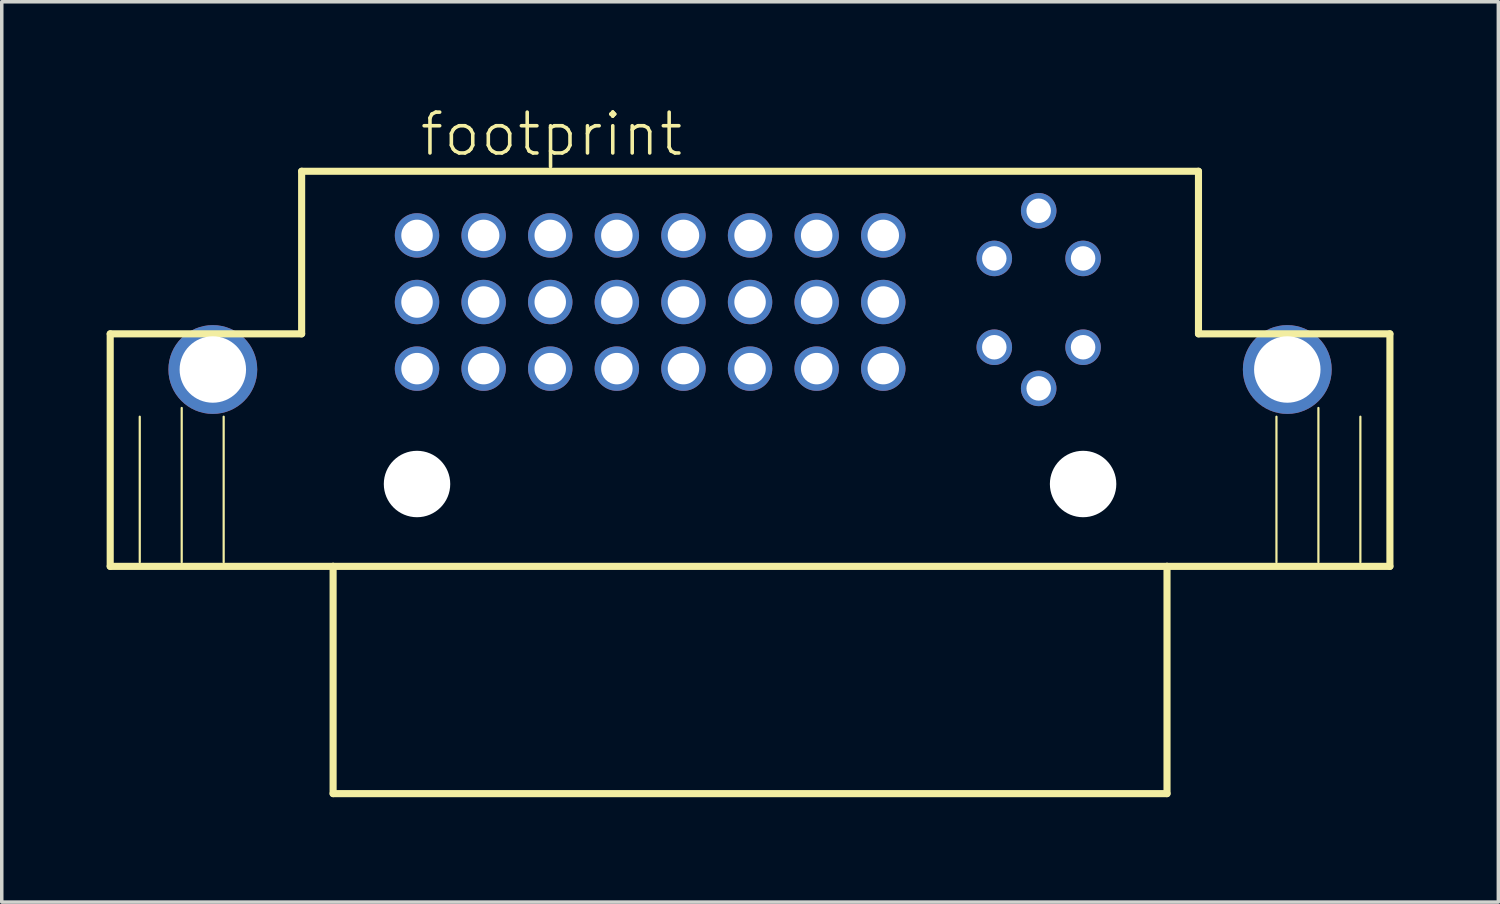
<source format=kicad_pcb>
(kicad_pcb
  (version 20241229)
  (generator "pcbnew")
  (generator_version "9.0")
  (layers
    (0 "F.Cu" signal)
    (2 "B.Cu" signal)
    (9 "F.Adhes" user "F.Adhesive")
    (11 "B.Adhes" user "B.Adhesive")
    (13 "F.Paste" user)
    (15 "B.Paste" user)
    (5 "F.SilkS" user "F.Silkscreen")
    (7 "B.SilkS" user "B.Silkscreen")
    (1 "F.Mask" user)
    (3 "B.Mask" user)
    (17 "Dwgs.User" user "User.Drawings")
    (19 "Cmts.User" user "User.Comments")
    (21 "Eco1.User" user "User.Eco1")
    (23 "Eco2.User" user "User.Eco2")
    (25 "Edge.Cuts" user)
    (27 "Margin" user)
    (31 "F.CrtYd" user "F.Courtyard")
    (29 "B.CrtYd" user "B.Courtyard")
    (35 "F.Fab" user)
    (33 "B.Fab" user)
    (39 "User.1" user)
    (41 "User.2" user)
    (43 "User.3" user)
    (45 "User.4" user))
  (footprint "footprint"
    (layer "F.Cu")
    (at 18.402 12.723)
    (property "Reference" "footprint" (at -9.5 -11.25 0) (layer "F.SilkS") (effects (font (size 1.168 1.168) (thickness 0.102)) (justify left bottom)))
    (fp_line (start -18.3 -6.225) (end -18.3 0.425) (stroke (width 0.203) (type solid)) (layer "F.SilkS"))
    (fp_line (start -18.3 0.425) (end -11.925 0.425) (stroke (width 0.203) (type solid)) (layer "F.SilkS"))
    (fp_line (start -17.455 0.305) (end -17.455 -3.855) (stroke (width 0.063) (type solid)) (layer "F.SilkS"))
    (fp_line (start -16.255 0.305) (end -16.255 -4.105) (stroke (width 0.063) (type solid)) (layer "F.SilkS"))
    (fp_line (start -15.055 0.305) (end -15.055 -3.855) (stroke (width 0.063) (type solid)) (layer "F.SilkS"))
    (fp_line (start -12.825 -10.875) (end -12.825 -6.225) (stroke (width 0.203) (type solid)) (layer "F.SilkS"))
    (fp_line (start -12.825 -6.225) (end -18.3 -6.225) (stroke (width 0.203) (type solid)) (layer "F.SilkS"))
    (fp_line (start -11.925 0.425) (end -11.925 6.925) (stroke (width 0.203) (type solid)) (layer "F.SilkS"))
    (fp_line (start -11.925 0.425) (end 11.925 0.425) (stroke (width 0.203) (type solid)) (layer "F.SilkS"))
    (fp_line (start -11.925 6.925) (end 11.925 6.925) (stroke (width 0.203) (type solid)) (layer "F.SilkS"))
    (fp_line (start 11.925 0.425) (end 18.3 0.425) (stroke (width 0.203) (type solid)) (layer "F.SilkS"))
    (fp_line (start 11.925 6.925) (end 11.925 0.425) (stroke (width 0.203) (type solid)) (layer "F.SilkS"))
    (fp_line (start 12.825 -10.875) (end -12.825 -10.875) (stroke (width 0.203) (type solid)) (layer "F.SilkS"))
    (fp_line (start 12.825 -6.225) (end 12.825 -10.875) (stroke (width 0.203) (type solid)) (layer "F.SilkS"))
    (fp_line (start 15.055 0.305) (end 15.055 -3.855) (stroke (width 0.063) (type solid)) (layer "F.SilkS"))
    (fp_line (start 16.255 0.305) (end 16.255 -4.105) (stroke (width 0.063) (type solid)) (layer "F.SilkS"))
    (fp_line (start 17.455 0.305) (end 17.455 -3.855) (stroke (width 0.063) (type solid)) (layer "F.SilkS"))
    (fp_line (start 18.3 -6.225) (end 12.825 -6.225) (stroke (width 0.203) (type solid)) (layer "F.SilkS"))
    (fp_line (start 18.3 0.425) (end 18.3 -6.225) (stroke (width 0.203) (type solid)) (layer "F.SilkS"))
    (pad "" np_thru_hole circle (at -9.525 -1.93) (size 1.9 1.9) (drill 1.9) (layers "*.Cu" "*.Mask"))
    (pad "" np_thru_hole circle (at 9.525 -1.93) (size 1.9 1.9) (drill 1.9) (layers "*.Cu" "*.Mask"))
    (pad "1" thru_hole circle (at -9.525 -9.04) (size 1.27 1.27) (drill 0.9) (layers "*.Cu" "*.Mask"))
    (pad "2" thru_hole circle (at -7.62 -9.04) (size 1.27 1.27) (drill 0.9) (layers "*.Cu" "*.Mask"))
    (pad "3" thru_hole circle (at -5.715 -9.04) (size 1.27 1.27) (drill 0.9) (layers "*.Cu" "*.Mask"))
    (pad "4" thru_hole circle (at -3.81 -9.04) (size 1.27 1.27) (drill 0.9) (layers "*.Cu" "*.Mask"))
    (pad "5" thru_hole circle (at -1.905 -9.04) (size 1.27 1.27) (drill 0.9) (layers "*.Cu" "*.Mask"))
    (pad "6" thru_hole circle (at 0 -9.04) (size 1.27 1.27) (drill 0.9) (layers "*.Cu" "*.Mask"))
    (pad "7" thru_hole circle (at 1.905 -9.04) (size 1.27 1.27) (drill 0.9) (layers "*.Cu" "*.Mask"))
    (pad "8" thru_hole circle (at 3.81 -9.04) (size 1.27 1.27) (drill 0.9) (layers "*.Cu" "*.Mask"))
    (pad "9" thru_hole circle (at -9.525 -7.135) (size 1.27 1.27) (drill 0.9) (layers "*.Cu" "*.Mask"))
    (pad "10" thru_hole circle (at -7.62 -7.135) (size 1.27 1.27) (drill 0.9) (layers "*.Cu" "*.Mask"))
    (pad "11" thru_hole circle (at -5.715 -7.135) (size 1.27 1.27) (drill 0.9) (layers "*.Cu" "*.Mask"))
    (pad "12" thru_hole circle (at -3.81 -7.135) (size 1.27 1.27) (drill 0.9) (layers "*.Cu" "*.Mask"))
    (pad "13" thru_hole circle (at -1.905 -7.135) (size 1.27 1.27) (drill 0.9) (layers "*.Cu" "*.Mask"))
    (pad "14" thru_hole circle (at 0 -7.135) (size 1.27 1.27) (drill 0.9) (layers "*.Cu" "*.Mask"))
    (pad "15" thru_hole circle (at 1.905 -7.135) (size 1.27 1.27) (drill 0.9) (layers "*.Cu" "*.Mask"))
    (pad "16" thru_hole circle (at 3.81 -7.135) (size 1.27 1.27) (drill 0.9) (layers "*.Cu" "*.Mask"))
    (pad "17" thru_hole circle (at -9.525 -5.23) (size 1.27 1.27) (drill 0.9) (layers "*.Cu" "*.Mask"))
    (pad "18" thru_hole circle (at -7.62 -5.23) (size 1.27 1.27) (drill 0.9) (layers "*.Cu" "*.Mask"))
    (pad "19" thru_hole circle (at -5.715 -5.23) (size 1.27 1.27) (drill 0.9) (layers "*.Cu" "*.Mask"))
    (pad "20" thru_hole circle (at -3.81 -5.23) (size 1.27 1.27) (drill 0.9) (layers "*.Cu" "*.Mask"))
    (pad "21" thru_hole circle (at -1.905 -5.23) (size 1.27 1.27) (drill 0.9) (layers "*.Cu" "*.Mask"))
    (pad "22" thru_hole circle (at 0 -5.23) (size 1.27 1.27) (drill 0.9) (layers "*.Cu" "*.Mask"))
    (pad "23" thru_hole circle (at 1.905 -5.23) (size 1.27 1.27) (drill 0.9) (layers "*.Cu" "*.Mask"))
    (pad "24" thru_hole circle (at 3.81 -5.23) (size 1.27 1.27) (drill 0.9) (layers "*.Cu" "*.Mask"))
    (pad "C1" thru_hole circle (at 6.985 -8.382) (size 1.016 1.016) (drill 0.7) (layers "*.Cu" "*.Mask"))
    (pad "C2" thru_hole circle (at 9.525 -8.382) (size 1.016 1.016) (drill 0.7) (layers "*.Cu" "*.Mask"))
    (pad "C3" thru_hole circle (at 6.985 -5.842) (size 1.016 1.016) (drill 0.7) (layers "*.Cu" "*.Mask"))
    (pad "C4" thru_hole circle (at 9.525 -5.842) (size 1.016 1.016) (drill 0.7) (layers "*.Cu" "*.Mask"))
    (pad "C5.1" thru_hole circle (at 8.255 -9.745) (size 1.016 1.016) (drill 0.7) (layers "*.Cu" "*.Mask"))
    (pad "C5.2" thru_hole circle (at 8.255 -4.665) (size 1.016 1.016) (drill 0.7) (layers "*.Cu" "*.Mask"))
    (pad "M1" thru_hole circle (at -15.365 -5.205) (size 2.54 2.54) (drill 1.9) (layers "*.Cu" "*.Mask"))
    (pad "M2" thru_hole circle (at 15.365 -5.205) (size 2.54 2.54) (drill 1.9) (layers "*.Cu" "*.Mask")))
  (gr_rect
    (start -3 -3)
    (end 39.803 22.75)
    (stroke (width 0.1) (type default))
    (fill no)
    (layer "Edge.Cuts")))
</source>
